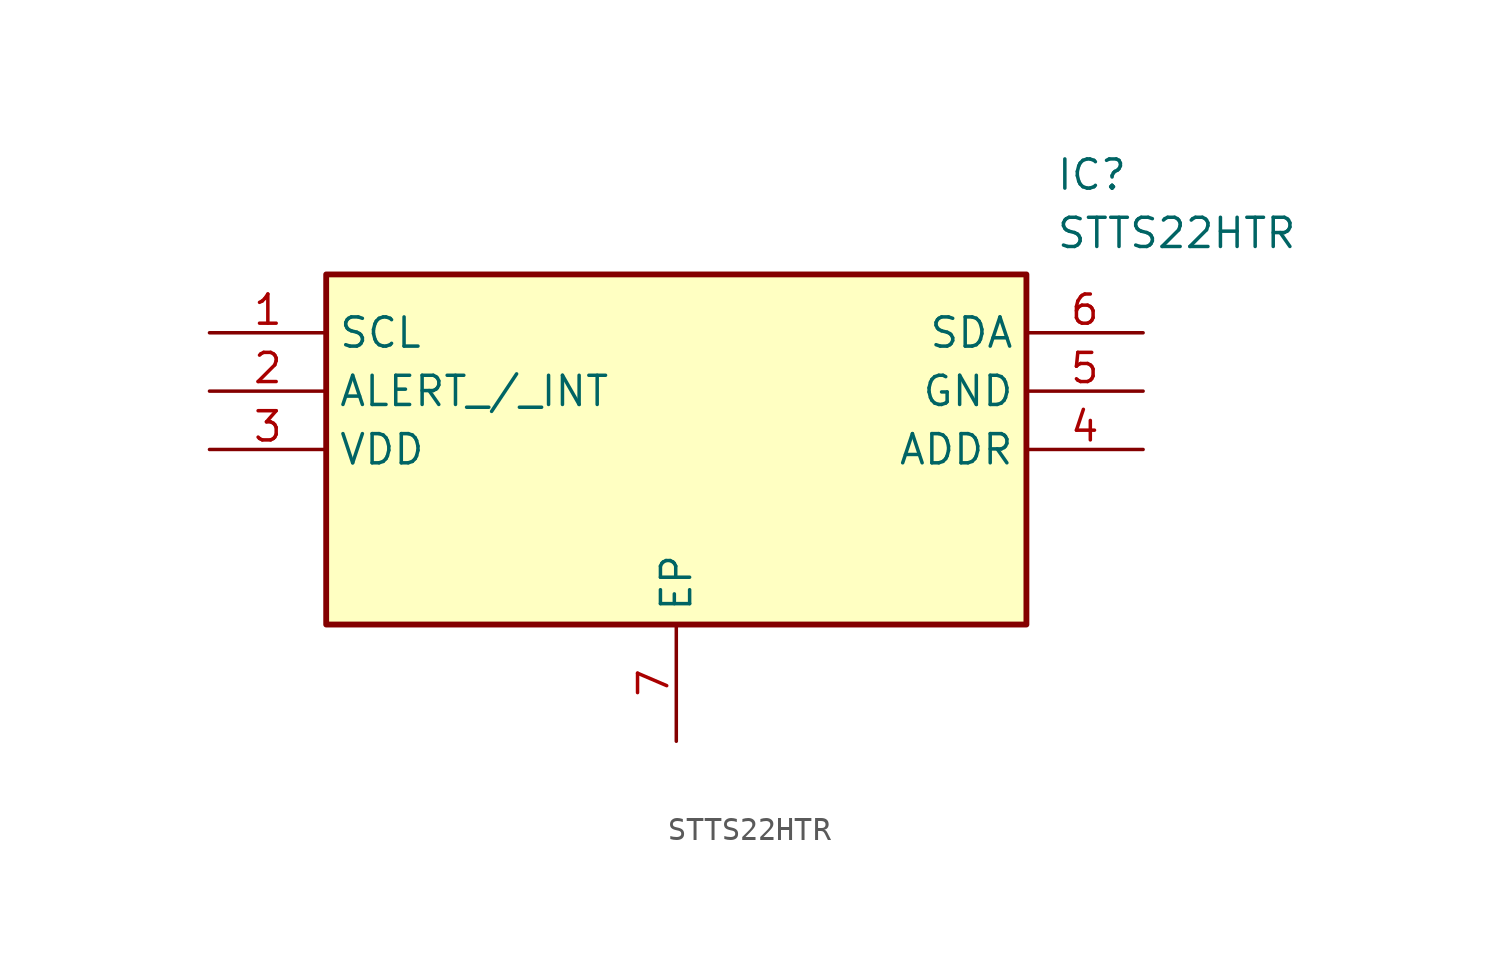
<source format=kicad_sym>
(kicad_symbol_lib
  (version 20211014)
  (generator SamacSys_ECAD_Model)
  (symbol "STTS22HTR"
    (property "Reference" "IC"
      (at 36.83 7.62 0)
      (effects (font (size 1.27 1.27)) (justify left top)))
    (property "Value" "STTS22HTR"
      (at 36.83 5.08 0)
      (effects (font (size 1.27 1.27)) (justify left top)))
    (rectangle
      (start 5.08 2.54)
      (end 35.56 -12.7)
      (stroke (width 0.254) (type default))
      (fill (type background)))
    (pin passive line
      (at 0 0 0)
      (length 5.08)
      (name "SCL" (effects (font (size 1.27 1.27))))
      (number "1" (effects (font (size 1.27 1.27)))))
    (pin passive line
      (at 0 -2.54 0)
      (length 5.08)
      (name "ALERT_/_INT" (effects (font (size 1.27 1.27))))
      (number "2" (effects (font (size 1.27 1.27)))))
    (pin passive line
      (at 0 -5.08 0)
      (length 5.08)
      (name "VDD" (effects (font (size 1.27 1.27))))
      (number "3" (effects (font (size 1.27 1.27)))))
    (pin passive line
      (at 20.32 -17.78 90)
      (length 5.08)
      (name "EP" (effects (font (size 1.27 1.27))))
      (number "7" (effects (font (size 1.27 1.27)))))
    (pin passive line
      (at 40.64 0 180)
      (length 5.08)
      (name "SDA" (effects (font (size 1.27 1.27))))
      (number "6" (effects (font (size 1.27 1.27)))))
    (pin passive line
      (at 40.64 -2.54 180)
      (length 5.08)
      (name "GND" (effects (font (size 1.27 1.27))))
      (number "5" (effects (font (size 1.27 1.27)))))
    (pin passive line
      (at 40.64 -5.08 180)
      (length 5.08)
      (name "ADDR" (effects (font (size 1.27 1.27))))
      (number "4" (effects (font (size 1.27 1.27)))))))
</source>
